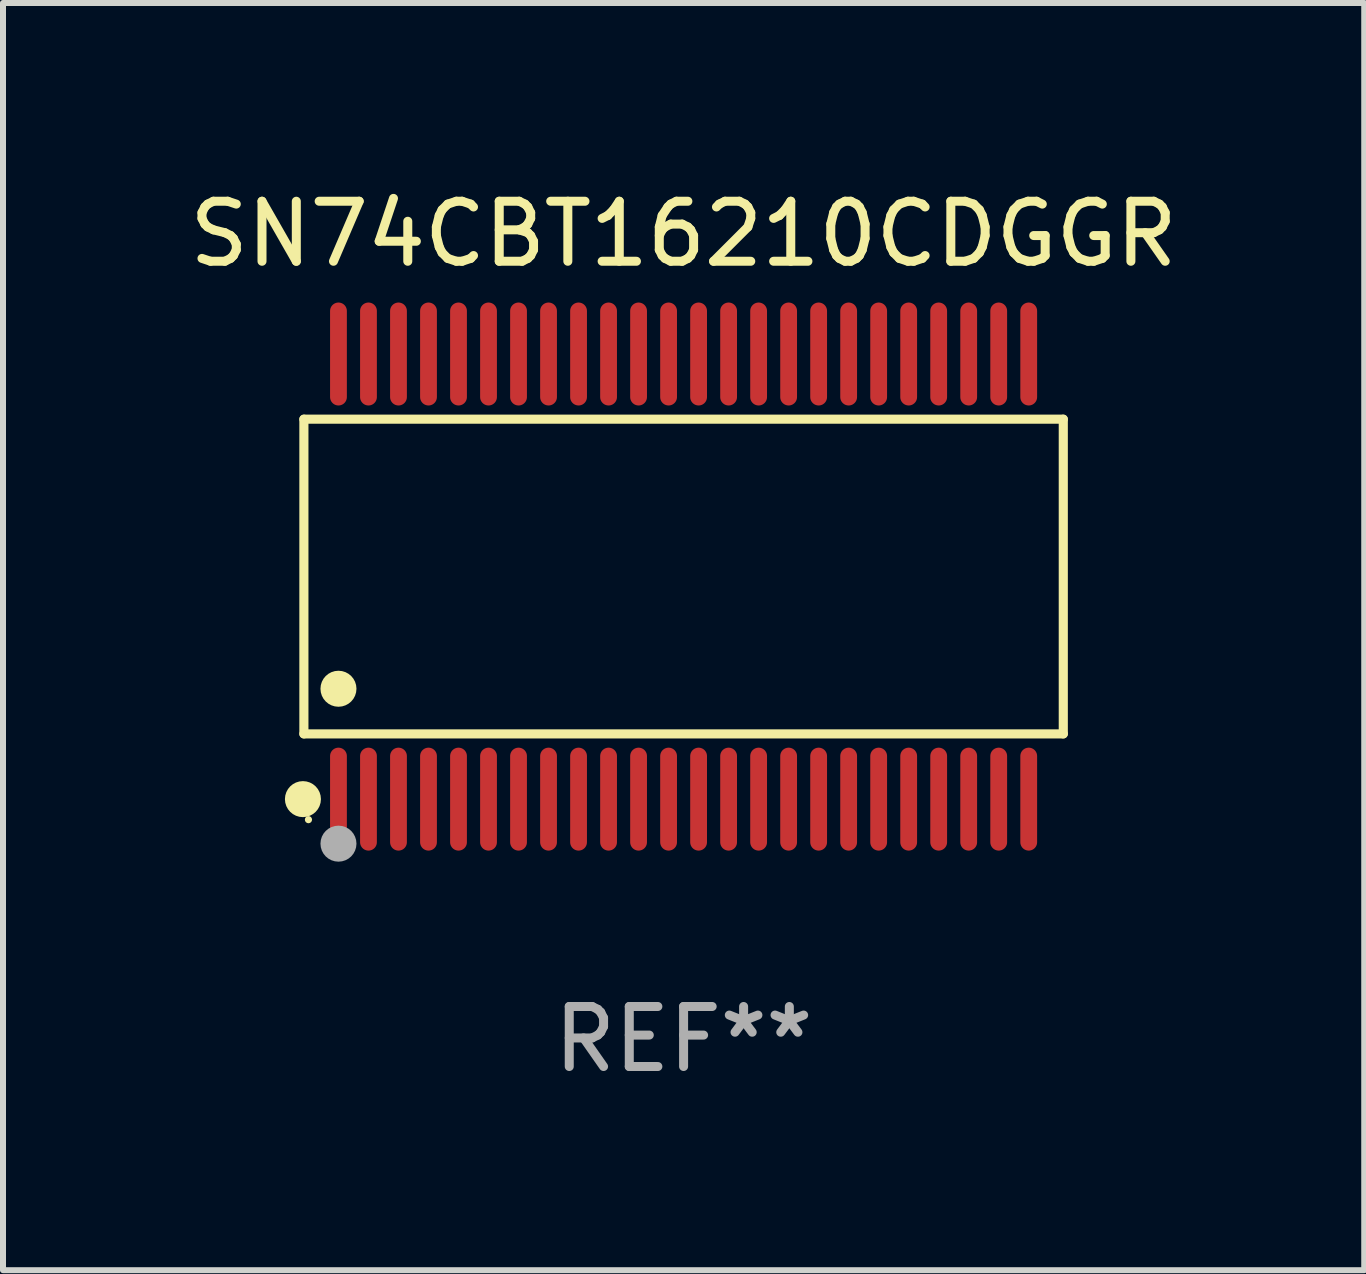
<source format=kicad_pcb>
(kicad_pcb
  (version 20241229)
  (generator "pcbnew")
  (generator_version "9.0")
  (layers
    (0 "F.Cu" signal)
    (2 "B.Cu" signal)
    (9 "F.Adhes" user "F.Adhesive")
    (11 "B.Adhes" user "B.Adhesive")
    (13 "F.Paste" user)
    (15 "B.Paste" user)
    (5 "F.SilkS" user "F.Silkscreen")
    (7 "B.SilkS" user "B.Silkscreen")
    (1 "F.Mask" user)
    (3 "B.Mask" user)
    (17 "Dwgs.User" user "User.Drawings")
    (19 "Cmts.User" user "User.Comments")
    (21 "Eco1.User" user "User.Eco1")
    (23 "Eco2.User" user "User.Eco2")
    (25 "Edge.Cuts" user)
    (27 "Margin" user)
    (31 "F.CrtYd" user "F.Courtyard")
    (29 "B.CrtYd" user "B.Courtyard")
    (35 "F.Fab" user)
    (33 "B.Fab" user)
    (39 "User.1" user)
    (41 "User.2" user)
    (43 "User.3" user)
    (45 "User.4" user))
  (footprint "SN74CBT16210CDGGR"
    (layer "F.Cu")
    (at 8.339 6.556)
    (property "Reference" "SN74CBT16210CDGGR" (at 0 -5.708 0) (layer "F.SilkS") (effects (font (size 1 1) (thickness 0.15))))
    (attr through_hole)
    (fp_line (start -6.326 -2.622) (end 6.326 -2.622) (stroke (width 0.152) (type solid)) (layer "F.SilkS"))
    (fp_line (start -6.326 2.621) (end -6.326 -2.622) (stroke (width 0.152) (type solid)) (layer "F.SilkS"))
    (fp_line (start 6.326 -2.622) (end 6.326 2.621) (stroke (width 0.152) (type solid)) (layer "F.SilkS"))
    (fp_line (start 6.326 2.621) (end -6.326 2.621) (stroke (width 0.152) (type solid)) (layer "F.SilkS"))
    (fp_circle (center -6.342 3.708) (end -6.192 3.708) (stroke (width 0.3) (type solid)) (fill no) (layer "F.SilkS"))
    (fp_circle (center -6.25 4.05) (end -6.22 4.05) (stroke (width 0.06) (type solid)) (fill no) (layer "F.SilkS"))
    (fp_circle (center -5.75 1.869) (end -5.6 1.869) (stroke (width 0.3) (type solid)) (fill no) (layer "F.SilkS"))
    (fp_circle (center -5.75 4.45) (end -5.6 4.45) (stroke (width 0.3) (type solid)) (fill no) (layer "F.Fab"))
    (fp_text user "REF**" (at 0 7.708 0) (layer "F.Fab") (effects (font (size 1 1) (thickness 0.15))))
    (pad "1" smd oval (at -5.75 3.708) (size 0.28 1.715) (layers "F.Cu" "F.Mask" "F.Paste"))
    (pad "2" smd oval (at -5.25 3.708) (size 0.28 1.715) (layers "F.Cu" "F.Mask" "F.Paste"))
    (pad "3" smd oval (at -4.75 3.708) (size 0.28 1.715) (layers "F.Cu" "F.Mask" "F.Paste"))
    (pad "4" smd oval (at -4.25 3.708) (size 0.28 1.715) (layers "F.Cu" "F.Mask" "F.Paste"))
    (pad "5" smd oval (at -3.75 3.708) (size 0.28 1.715) (layers "F.Cu" "F.Mask" "F.Paste"))
    (pad "6" smd oval (at -3.25 3.708) (size 0.28 1.715) (layers "F.Cu" "F.Mask" "F.Paste"))
    (pad "7" smd oval (at -2.75 3.708) (size 0.28 1.715) (layers "F.Cu" "F.Mask" "F.Paste"))
    (pad "8" smd oval (at -2.25 3.708) (size 0.28 1.715) (layers "F.Cu" "F.Mask" "F.Paste"))
    (pad "9" smd oval (at -1.75 3.708) (size 0.28 1.715) (layers "F.Cu" "F.Mask" "F.Paste"))
    (pad "10" smd oval (at -1.25 3.708) (size 0.28 1.715) (layers "F.Cu" "F.Mask" "F.Paste"))
    (pad "11" smd oval (at -0.75 3.708) (size 0.28 1.715) (layers "F.Cu" "F.Mask" "F.Paste"))
    (pad "12" smd oval (at -0.25 3.708) (size 0.28 1.715) (layers "F.Cu" "F.Mask" "F.Paste"))
    (pad "13" smd oval (at 0.25 3.708) (size 0.28 1.715) (layers "F.Cu" "F.Mask" "F.Paste"))
    (pad "14" smd oval (at 0.75 3.708) (size 0.28 1.715) (layers "F.Cu" "F.Mask" "F.Paste"))
    (pad "15" smd oval (at 1.25 3.708) (size 0.28 1.715) (layers "F.Cu" "F.Mask" "F.Paste"))
    (pad "16" smd oval (at 1.75 3.708) (size 0.28 1.715) (layers "F.Cu" "F.Mask" "F.Paste"))
    (pad "17" smd oval (at 2.25 3.708) (size 0.28 1.715) (layers "F.Cu" "F.Mask" "F.Paste"))
    (pad "18" smd oval (at 2.75 3.708) (size 0.28 1.715) (layers "F.Cu" "F.Mask" "F.Paste"))
    (pad "19" smd oval (at 3.25 3.708) (size 0.28 1.715) (layers "F.Cu" "F.Mask" "F.Paste"))
    (pad "20" smd oval (at 3.75 3.708) (size 0.28 1.715) (layers "F.Cu" "F.Mask" "F.Paste"))
    (pad "21" smd oval (at 4.25 3.708) (size 0.28 1.715) (layers "F.Cu" "F.Mask" "F.Paste"))
    (pad "22" smd oval (at 4.75 3.708) (size 0.28 1.715) (layers "F.Cu" "F.Mask" "F.Paste"))
    (pad "23" smd oval (at 5.25 3.708) (size 0.28 1.715) (layers "F.Cu" "F.Mask" "F.Paste"))
    (pad "24" smd oval (at 5.75 3.708) (size 0.28 1.715) (layers "F.Cu" "F.Mask" "F.Paste"))
    (pad "25" smd oval (at 5.75 -3.708) (size 0.28 1.715) (layers "F.Cu" "F.Mask" "F.Paste"))
    (pad "26" smd oval (at 5.25 -3.708) (size 0.28 1.715) (layers "F.Cu" "F.Mask" "F.Paste"))
    (pad "27" smd oval (at 4.75 -3.708) (size 0.28 1.715) (layers "F.Cu" "F.Mask" "F.Paste"))
    (pad "28" smd oval (at 4.25 -3.708) (size 0.28 1.715) (layers "F.Cu" "F.Mask" "F.Paste"))
    (pad "29" smd oval (at 3.75 -3.708) (size 0.28 1.715) (layers "F.Cu" "F.Mask" "F.Paste"))
    (pad "30" smd oval (at 3.25 -3.708) (size 0.28 1.715) (layers "F.Cu" "F.Mask" "F.Paste"))
    (pad "31" smd oval (at 2.75 -3.708) (size 0.28 1.715) (layers "F.Cu" "F.Mask" "F.Paste"))
    (pad "32" smd oval (at 2.25 -3.708) (size 0.28 1.715) (layers "F.Cu" "F.Mask" "F.Paste"))
    (pad "33" smd oval (at 1.75 -3.708) (size 0.28 1.715) (layers "F.Cu" "F.Mask" "F.Paste"))
    (pad "34" smd oval (at 1.25 -3.708) (size 0.28 1.715) (layers "F.Cu" "F.Mask" "F.Paste"))
    (pad "35" smd oval (at 0.75 -3.708) (size 0.28 1.715) (layers "F.Cu" "F.Mask" "F.Paste"))
    (pad "36" smd oval (at 0.25 -3.708) (size 0.28 1.715) (layers "F.Cu" "F.Mask" "F.Paste"))
    (pad "37" smd oval (at -0.25 -3.708) (size 0.28 1.715) (layers "F.Cu" "F.Mask" "F.Paste"))
    (pad "38" smd oval (at -0.75 -3.708) (size 0.28 1.715) (layers "F.Cu" "F.Mask" "F.Paste"))
    (pad "39" smd oval (at -1.25 -3.708) (size 0.28 1.715) (layers "F.Cu" "F.Mask" "F.Paste"))
    (pad "40" smd oval (at -1.75 -3.708) (size 0.28 1.715) (layers "F.Cu" "F.Mask" "F.Paste"))
    (pad "41" smd oval (at -2.25 -3.708) (size 0.28 1.715) (layers "F.Cu" "F.Mask" "F.Paste"))
    (pad "42" smd oval (at -2.75 -3.708) (size 0.28 1.715) (layers "F.Cu" "F.Mask" "F.Paste"))
    (pad "43" smd oval (at -3.25 -3.708) (size 0.28 1.715) (layers "F.Cu" "F.Mask" "F.Paste"))
    (pad "44" smd oval (at -3.75 -3.708) (size 0.28 1.715) (layers "F.Cu" "F.Mask" "F.Paste"))
    (pad "45" smd oval (at -4.25 -3.708) (size 0.28 1.715) (layers "F.Cu" "F.Mask" "F.Paste"))
    (pad "46" smd oval (at -4.75 -3.708) (size 0.28 1.715) (layers "F.Cu" "F.Mask" "F.Paste"))
    (pad "47" smd oval (at -5.25 -3.708) (size 0.28 1.715) (layers "F.Cu" "F.Mask" "F.Paste"))
    (pad "48" smd oval (at -5.75 -3.708) (size 0.28 1.715) (layers "F.Cu" "F.Mask" "F.Paste")))
  (gr_rect
    (start -3 -3)
    (end 19.679 18.112)
    (stroke (width 0.1) (type default))
    (fill no)
    (layer "Edge.Cuts")))
</source>
